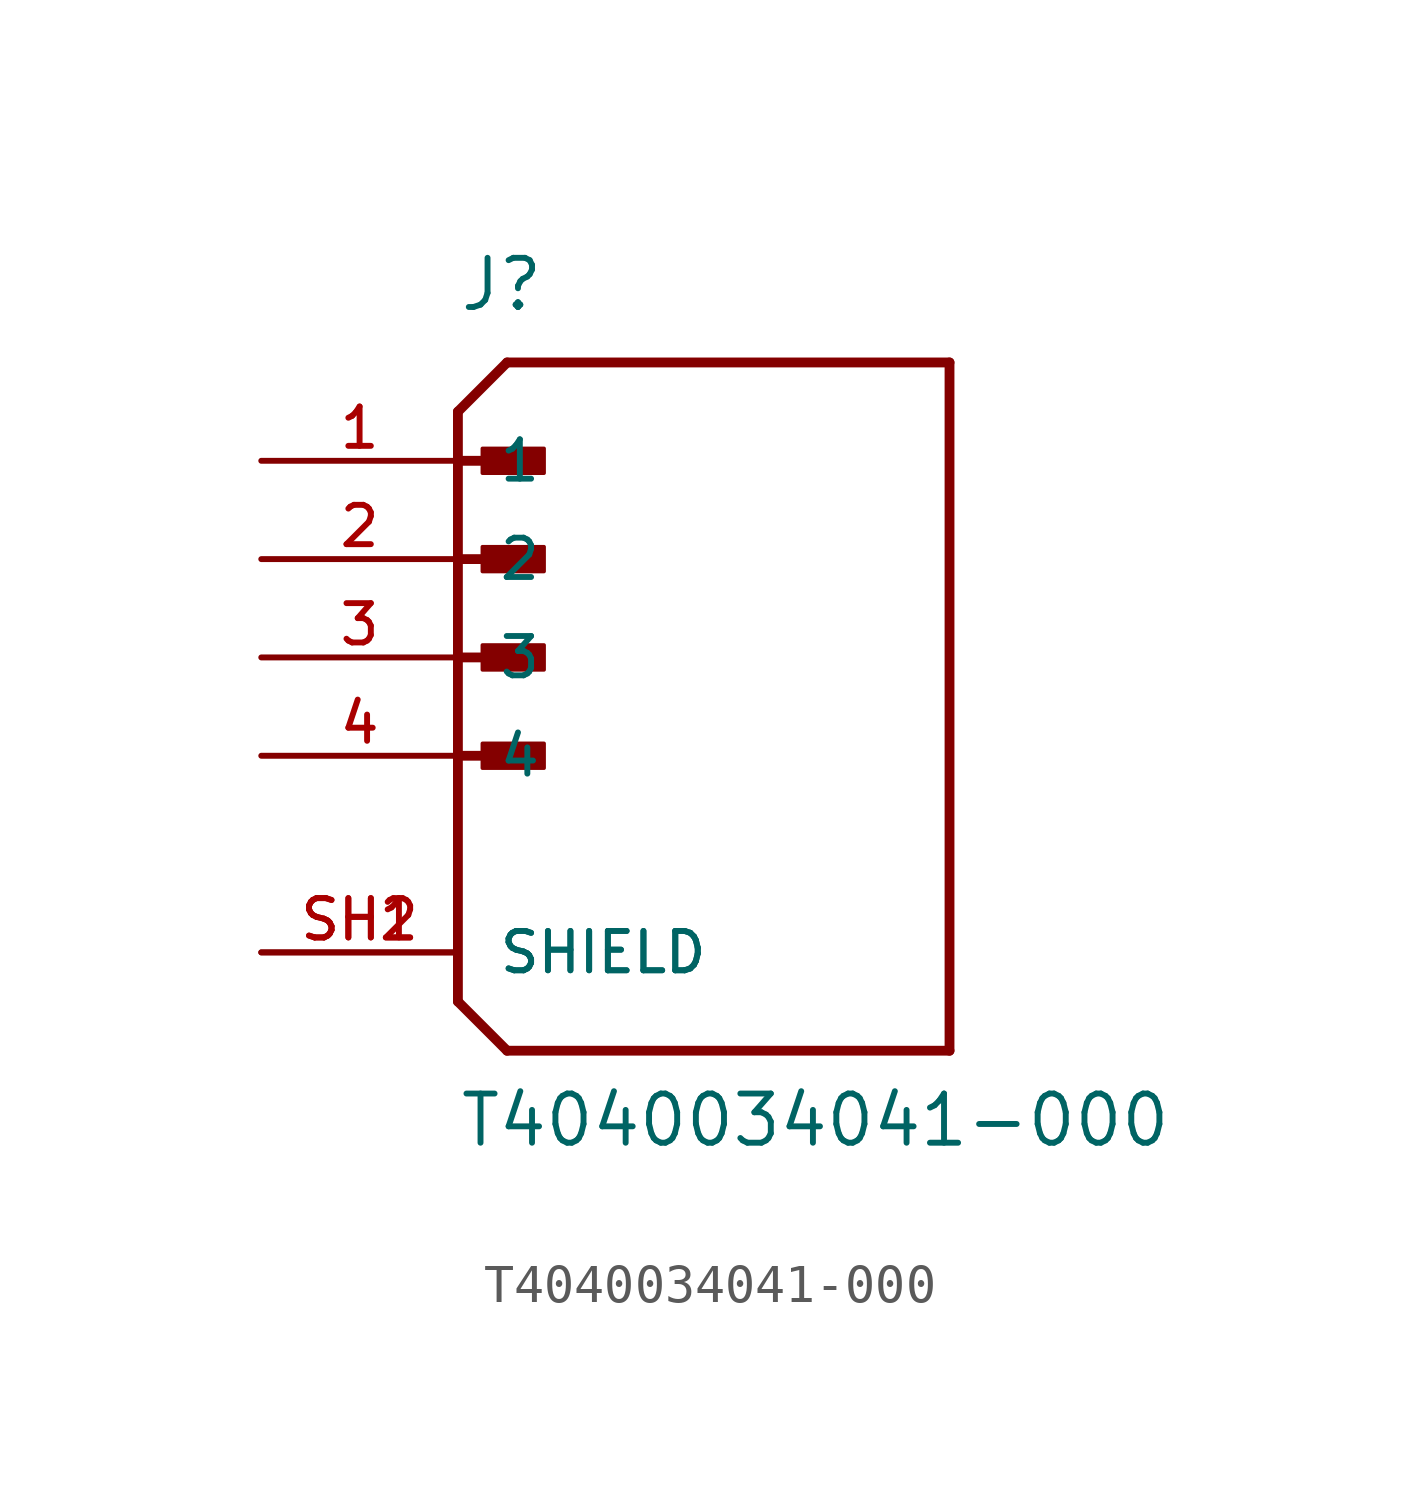
<source format=kicad_sym>
(kicad_symbol_lib
  (version 20211014)
  (generator kicad_symbol_editor)
  (symbol "T4040034041-000"
    (pin_names
      (offset 1.016))
    (property "Reference" "J"
      (at 0.0 8.89 0)
      (effects (font (size 1.27 1.27)) (justify bottom left)))
    (property "Value" "T4040034041-000"
      (at 0.0 -12.7 0)
      (effects (font (size 1.27 1.27)) (justify bottom left)))
    (symbol "T4040034041-000_0_0"
      (polyline (pts (xy 0.0 6.35) (xy 1.27 7.62)) (stroke (width 0.254)))
      (polyline (pts (xy 0.0 6.35) (xy 0.0 -8.89)) (stroke (width 0.254)))
      (polyline (pts (xy 0.0 -8.89) (xy 1.27 -10.16)) (stroke (width 0.254)))
      (polyline (pts (xy 1.27 -10.16) (xy 12.7 -10.16)) (stroke (width 0.254)))
      (polyline (pts (xy 12.7 -10.16) (xy 12.7 7.62)) (stroke (width 0.254)))
      (polyline (pts (xy 12.7 7.62) (xy 1.27 7.62)) (stroke (width 0.254)))
      (polyline (pts (xy 0.0 5.08) (xy 1.905 5.08)) (stroke (width 0.254)))
      (rectangle (start 0.635 4.763) (end 2.223 5.397) (stroke (width 0.1)) (fill (type outline)))
      (polyline (pts (xy 0.0 2.54) (xy 1.905 2.54)) (stroke (width 0.254)))
      (rectangle (start 0.635 2.223) (end 2.223 2.857) (stroke (width 0.1)) (fill (type outline)))
      (polyline (pts (xy 0.0 0.0) (xy 1.905 0.0)) (stroke (width 0.254)))
      (rectangle (start 0.635 -0.318) (end 2.223 0.318) (stroke (width 0.1)) (fill (type outline)))
      (polyline (pts (xy 0.0 -2.54) (xy 1.905 -2.54)) (stroke (width 0.254)))
      (rectangle (start 0.635 -2.857) (end 2.223 -2.223) (stroke (width 0.1)) (fill (type outline)))
      (pin passive line (at -5.08 5.08 0) (length 5.08) (name "1" (effects (font (size 1.016 1.016)))) (number "1" (effects (font (size 1.016 1.016)))))
      (pin passive line (at -5.08 2.54 0) (length 5.08) (name "2" (effects (font (size 1.016 1.016)))) (number "2" (effects (font (size 1.016 1.016)))))
      (pin passive line (at -5.08 0.0 0) (length 5.08) (name "3" (effects (font (size 1.016 1.016)))) (number "3" (effects (font (size 1.016 1.016)))))
      (pin passive line (at -5.08 -2.54 0) (length 5.08) (name "4" (effects (font (size 1.016 1.016)))) (number "4" (effects (font (size 1.016 1.016)))))
      (pin passive line (at -5.08 -7.62 0) (length 5.08) (name "SHIELD" (effects (font (size 1.016 1.016)))) (number "SH1" (effects (font (size 1.016 1.016)))))
      (pin passive line (at -5.08 -7.62 0) (length 5.08) (name "SHIELD" (effects (font (size 1.016 1.016)))) (number "SH2" (effects (font (size 1.016 1.016))))))))
</source>
